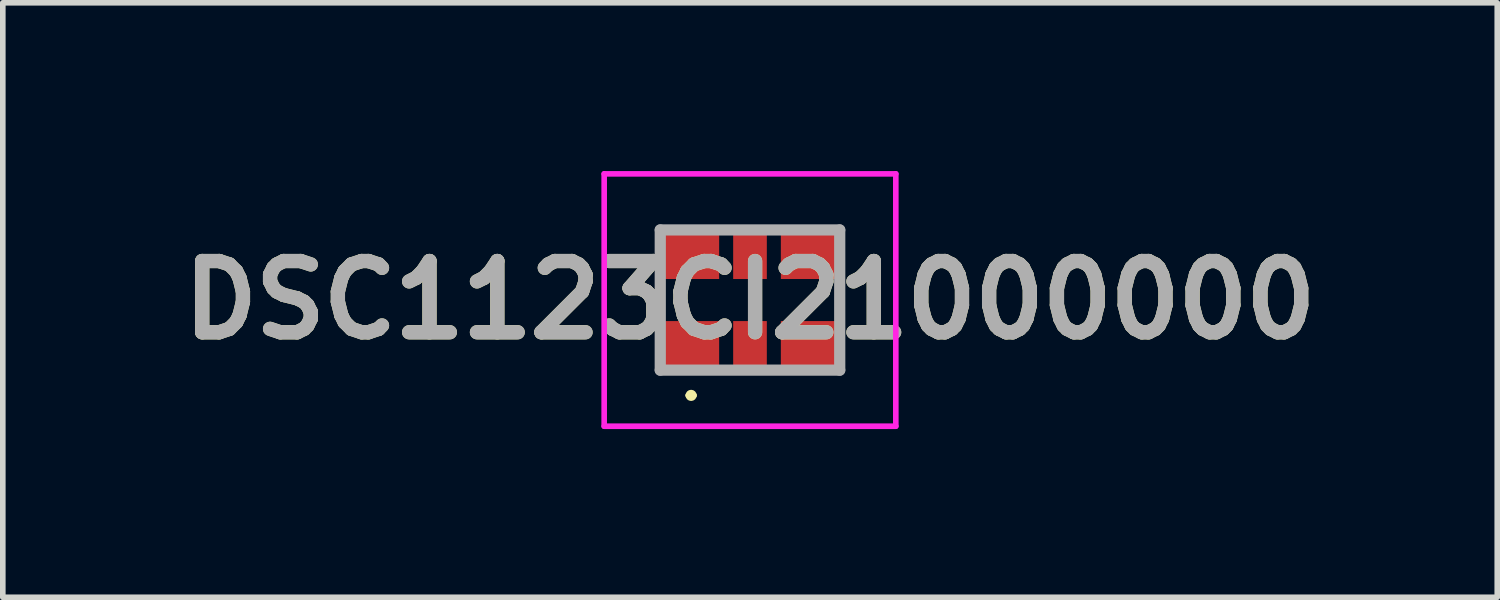
<source format=kicad_pcb>
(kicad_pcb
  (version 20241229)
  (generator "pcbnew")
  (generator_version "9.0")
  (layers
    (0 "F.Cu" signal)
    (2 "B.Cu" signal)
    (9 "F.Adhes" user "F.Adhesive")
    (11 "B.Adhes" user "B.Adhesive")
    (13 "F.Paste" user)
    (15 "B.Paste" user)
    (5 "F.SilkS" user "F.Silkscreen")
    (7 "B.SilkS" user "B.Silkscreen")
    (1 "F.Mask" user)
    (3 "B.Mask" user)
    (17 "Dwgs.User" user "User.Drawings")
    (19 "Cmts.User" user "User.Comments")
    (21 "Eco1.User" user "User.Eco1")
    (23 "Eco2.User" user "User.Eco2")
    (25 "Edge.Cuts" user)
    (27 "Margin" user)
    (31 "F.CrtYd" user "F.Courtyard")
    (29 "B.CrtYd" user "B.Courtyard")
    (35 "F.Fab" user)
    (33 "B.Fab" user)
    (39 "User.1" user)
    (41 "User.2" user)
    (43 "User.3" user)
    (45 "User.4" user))
  (footprint "DSC1123CI21000000"
    (layer "F.Cu")
    (at 10.323 2.3)
    (property "Reference" "DSC1123CI21000000" (at 0 0 0) (layer "F.SilkS") (effects (font (size 1.27 1.27) (thickness 0.254))))
    (attr smd)
    (fp_line (start -1.6 -0.2) (end -1.6 0.2) (stroke (width 0.1) (type solid)) (layer "F.SilkS"))
    (fp_line (start -1.1 1.7) (end -1.1 1.7) (stroke (width 0.1) (type solid)) (layer "F.SilkS"))
    (fp_line (start -1 1.7) (end -1 1.7) (stroke (width 0.1) (type solid)) (layer "F.SilkS"))
    (fp_line (start 1.6 -0.2) (end 1.6 0.2) (stroke (width 0.1) (type solid)) (layer "F.SilkS"))
    (fp_arc (start -1.1 1.7) (mid -1.05 1.65) (end -1 1.7) (stroke (width 0.1) (type solid)) (layer "F.SilkS"))
    (fp_arc (start -1 1.7) (mid -1.05 1.75) (end -1.1 1.7) (stroke (width 0.1) (type solid)) (layer "F.SilkS"))
    (fp_line (start -2.6 -2.25) (end 2.6 -2.25) (stroke (width 0.1) (type solid)) (layer "F.CrtYd"))
    (fp_line (start -2.6 2.25) (end -2.6 -2.25) (stroke (width 0.1) (type solid)) (layer "F.CrtYd"))
    (fp_line (start 2.6 -2.25) (end 2.6 2.25) (stroke (width 0.1) (type solid)) (layer "F.CrtYd"))
    (fp_line (start 2.6 2.25) (end -2.6 2.25) (stroke (width 0.1) (type solid)) (layer "F.CrtYd"))
    (fp_line (start -1.6 -1.25) (end 1.6 -1.25) (stroke (width 0.2) (type solid)) (layer "F.Fab"))
    (fp_line (start -1.6 1.25) (end -1.6 -1.25) (stroke (width 0.2) (type solid)) (layer "F.Fab"))
    (fp_line (start 1.6 -1.25) (end 1.6 1.25) (stroke (width 0.2) (type solid)) (layer "F.Fab"))
    (fp_line (start 1.6 1.25) (end -1.6 1.25) (stroke (width 0.2) (type solid)) (layer "F.Fab"))
    (fp_text user "${REFERENCE}" (at 0 0 0) (layer "F.Fab") (effects (font (size 1.27 1.27) (thickness 0.254))))
    (pad "1" smd rect (at -1.05 0.8 90) (size 0.85 1) (layers "F.Cu" "F.Mask" "F.Paste"))
    (pad "2" smd rect (at 0 0.8) (size 0.6 0.85) (layers "F.Cu" "F.Mask" "F.Paste"))
    (pad "3" smd rect (at 1.05 0.8 90) (size 0.85 1) (layers "F.Cu" "F.Mask" "F.Paste"))
    (pad "4" smd rect (at 1.05 -0.8 90) (size 0.85 1) (layers "F.Cu" "F.Mask" "F.Paste"))
    (pad "5" smd rect (at 0 -0.8) (size 0.6 0.85) (layers "F.Cu" "F.Mask" "F.Paste"))
    (pad "6" smd rect (at -1.05 -0.8 90) (size 0.85 1) (layers "F.Cu" "F.Mask" "F.Paste")))
  (gr_rect
    (start -3 -3)
    (end 23.647 7.6)
    (stroke (width 0.1) (type default))
    (fill no)
    (layer "Edge.Cuts")))
</source>
